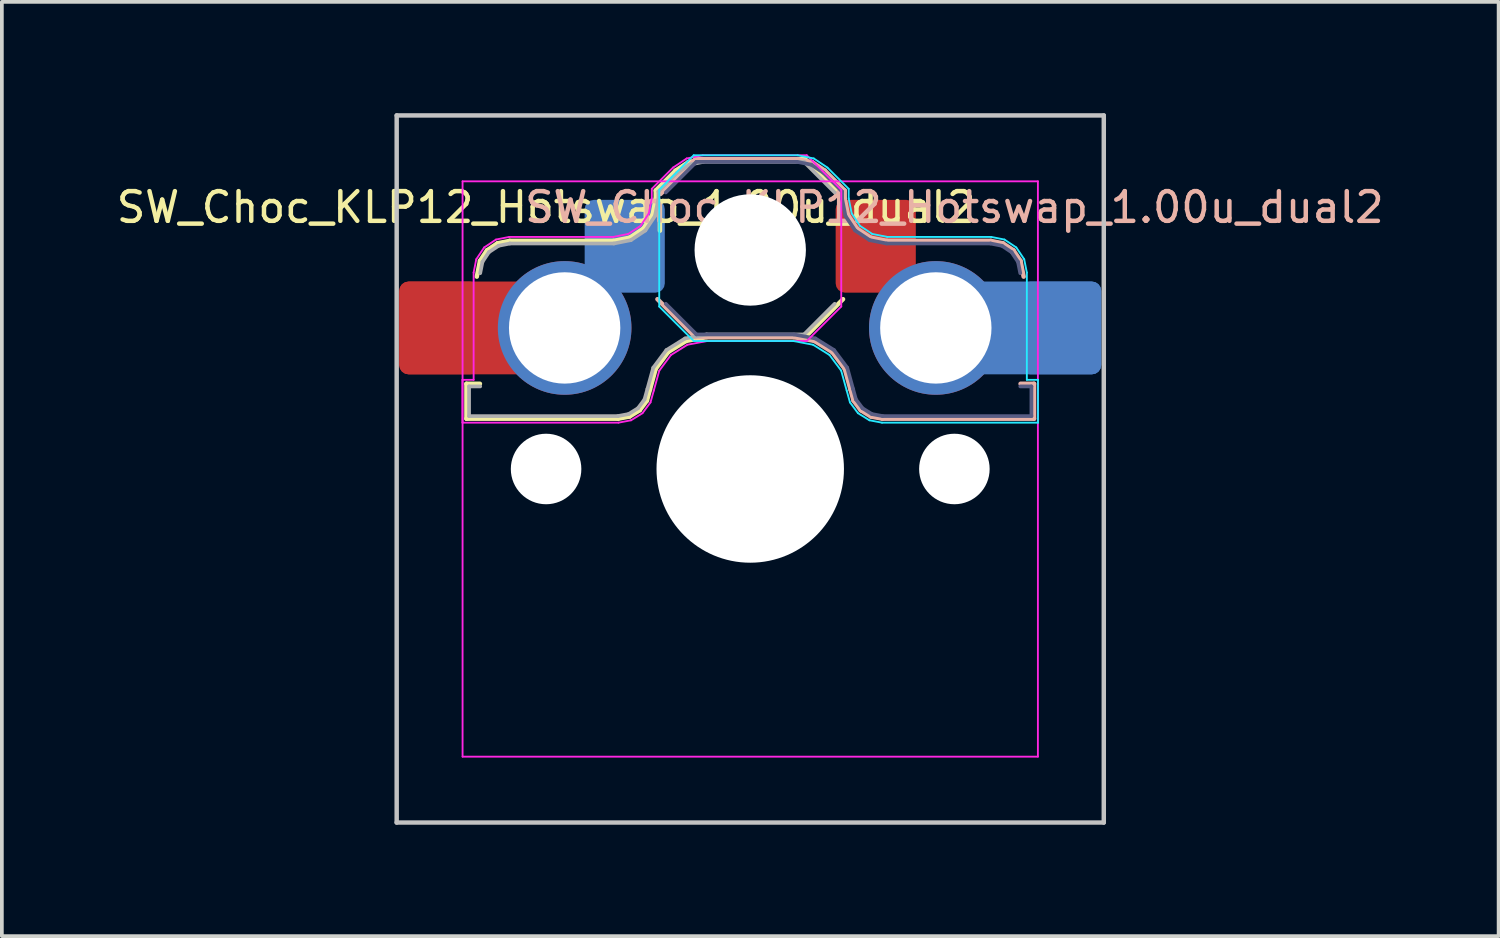
<source format=kicad_pcb>
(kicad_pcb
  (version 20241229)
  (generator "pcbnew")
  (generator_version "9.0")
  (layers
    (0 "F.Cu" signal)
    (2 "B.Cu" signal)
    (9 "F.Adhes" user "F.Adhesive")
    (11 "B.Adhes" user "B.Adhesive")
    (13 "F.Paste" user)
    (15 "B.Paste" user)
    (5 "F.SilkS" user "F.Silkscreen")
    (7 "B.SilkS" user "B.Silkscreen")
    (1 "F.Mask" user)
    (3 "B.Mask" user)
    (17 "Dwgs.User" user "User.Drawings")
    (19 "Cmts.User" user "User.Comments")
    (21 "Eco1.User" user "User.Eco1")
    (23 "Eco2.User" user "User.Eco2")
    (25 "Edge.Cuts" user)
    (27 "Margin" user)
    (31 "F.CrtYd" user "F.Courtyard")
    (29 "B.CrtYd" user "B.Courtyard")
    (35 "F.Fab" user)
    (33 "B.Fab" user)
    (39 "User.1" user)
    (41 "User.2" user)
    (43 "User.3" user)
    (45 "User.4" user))
  (footprint "SW_Choc_KLP12_Hotswap_1.00u_dual2"
    (layer "F.Cu")
    (at 17.162 9.585)
    (property "Reference" "SW_Choc_KLP12_Hotswap_1.00u_dual2" (at 5.5 -7.05 180) (layer "B.SilkS") (effects (font (size 0.8 0.8) (thickness 0.12))))
    (attr smd)
    (fp_line (start -7.646 -2.296) (end -7.646 -1.354) (stroke (width 0.12) (type solid)) (layer "F.SilkS"))
    (fp_line (start -7.646 -1.354) (end -3.56 -1.354) (stroke (width 0.12) (type solid)) (layer "F.SilkS"))
    (fp_line (start -7.283 -2.296) (end -7.646 -2.296) (stroke (width 0.12) (type solid)) (layer "F.SilkS"))
    (fp_line (start -7.281 -5.609) (end -7.366 -5.182) (stroke (width 0.12) (type solid)) (layer "F.SilkS"))
    (fp_line (start -7.092 -5.892) (end -7.281 -5.609) (stroke (width 0.12) (type solid)) (layer "F.SilkS"))
    (fp_line (start -6.809 -6.081) (end -7.092 -5.892) (stroke (width 0.12) (type solid)) (layer "F.SilkS"))
    (fp_line (start -6.482 -6.146) (end -6.809 -6.081) (stroke (width 0.12) (type solid)) (layer "F.SilkS"))
    (fp_line (start -3.682 -6.146) (end -6.482 -6.146) (stroke (width 0.12) (type solid)) (layer "F.SilkS"))
    (fp_line (start -3.56 -1.354) (end -3.25 -1.413) (stroke (width 0.12) (type solid)) (layer "F.SilkS"))
    (fp_line (start -3.25 -1.413) (end -2.976 -1.583) (stroke (width 0.12) (type solid)) (layer "F.SilkS"))
    (fp_line (start -3.244 -6.233) (end -3.682 -6.146) (stroke (width 0.12) (type solid)) (layer "F.SilkS"))
    (fp_line (start -2.976 -1.583) (end -2.783 -1.841) (stroke (width 0.12) (type solid)) (layer "F.SilkS"))
    (fp_line (start -2.877 -6.477) (end -3.244 -6.233) (stroke (width 0.12) (type solid)) (layer "F.SilkS"))
    (fp_line (start -2.783 -1.841) (end -2.701 -2.139) (stroke (width 0.12) (type solid)) (layer "F.SilkS"))
    (fp_line (start -2.701 -2.139) (end -2.547 -2.697) (stroke (width 0.12) (type solid)) (layer "F.SilkS"))
    (fp_line (start -2.633 -6.844) (end -2.877 -6.477) (stroke (width 0.12) (type solid)) (layer "F.SilkS"))
    (fp_line (start -2.547 -2.697) (end -2.209 -3.15) (stroke (width 0.12) (type solid)) (layer "F.SilkS"))
    (fp_line (start -2.546 -7.504) (end -2.546 -7.282) (stroke (width 0.12) (type solid)) (layer "F.SilkS"))
    (fp_line (start -2.546 -7.282) (end -2.633 -6.844) (stroke (width 0.12) (type solid)) (layer "F.SilkS"))
    (fp_line (start -2.209 -3.15) (end -1.73 -3.449) (stroke (width 0.12) (type solid)) (layer "F.SilkS"))
    (fp_line (start -2.013 -8.037) (end -2.546 -7.504) (stroke (width 0.12) (type solid)) (layer "F.SilkS"))
    (fp_line (start -1.73 -3.449) (end -1.168 -3.554) (stroke (width 0.12) (type solid)) (layer "F.SilkS"))
    (fp_line (start -1.671 -8.266) (end -2.013 -8.037) (stroke (width 0.12) (type solid)) (layer "F.SilkS"))
    (fp_line (start -1.268 -8.346) (end -1.671 -8.266) (stroke (width 0.12) (type solid)) (layer "F.SilkS"))
    (fp_line (start -1.168 -3.554) (end 1.479 -3.554) (stroke (width 0.12) (type solid)) (layer "F.SilkS"))
    (fp_line (start 1.479 -8.346) (end -1.268 -8.346) (stroke (width 0.12) (type solid)) (layer "F.SilkS"))
    (fp_line (start 1.479 -3.554) (end 2.5 -4.575) (stroke (width 0.12) (type solid)) (layer "F.SilkS"))
    (fp_line (start 2.416 -7.409) (end 1.479 -8.346) (stroke (width 0.12) (type solid)) (layer "F.SilkS"))
    (fp_line (start -2.416 -7.409) (end -1.479 -8.346) (stroke (width 0.12) (type solid)) (layer "B.SilkS"))
    (fp_line (start -1.479 -8.346) (end 1.268 -8.346) (stroke (width 0.12) (type solid)) (layer "B.SilkS"))
    (fp_line (start -1.479 -3.554) (end -2.5 -4.575) (stroke (width 0.12) (type solid)) (layer "B.SilkS"))
    (fp_line (start 1.168 -3.554) (end -1.479 -3.554) (stroke (width 0.12) (type solid)) (layer "B.SilkS"))
    (fp_line (start 1.268 -8.346) (end 1.671 -8.266) (stroke (width 0.12) (type solid)) (layer "B.SilkS"))
    (fp_line (start 1.671 -8.266) (end 2.013 -8.037) (stroke (width 0.12) (type solid)) (layer "B.SilkS"))
    (fp_line (start 1.73 -3.449) (end 1.168 -3.554) (stroke (width 0.12) (type solid)) (layer "B.SilkS"))
    (fp_line (start 2.013 -8.037) (end 2.546 -7.504) (stroke (width 0.12) (type solid)) (layer "B.SilkS"))
    (fp_line (start 2.209 -3.15) (end 1.73 -3.449) (stroke (width 0.12) (type solid)) (layer "B.SilkS"))
    (fp_line (start 2.546 -7.504) (end 2.546 -7.282) (stroke (width 0.12) (type solid)) (layer "B.SilkS"))
    (fp_line (start 2.546 -7.282) (end 2.633 -6.844) (stroke (width 0.12) (type solid)) (layer "B.SilkS"))
    (fp_line (start 2.547 -2.697) (end 2.209 -3.15) (stroke (width 0.12) (type solid)) (layer "B.SilkS"))
    (fp_line (start 2.633 -6.844) (end 2.877 -6.477) (stroke (width 0.12) (type solid)) (layer "B.SilkS"))
    (fp_line (start 2.701 -2.139) (end 2.547 -2.697) (stroke (width 0.12) (type solid)) (layer "B.SilkS"))
    (fp_line (start 2.783 -1.841) (end 2.701 -2.139) (stroke (width 0.12) (type solid)) (layer "B.SilkS"))
    (fp_line (start 2.877 -6.477) (end 3.244 -6.233) (stroke (width 0.12) (type solid)) (layer "B.SilkS"))
    (fp_line (start 2.976 -1.583) (end 2.783 -1.841) (stroke (width 0.12) (type solid)) (layer "B.SilkS"))
    (fp_line (start 3.244 -6.233) (end 3.682 -6.146) (stroke (width 0.12) (type solid)) (layer "B.SilkS"))
    (fp_line (start 3.25 -1.413) (end 2.976 -1.583) (stroke (width 0.12) (type solid)) (layer "B.SilkS"))
    (fp_line (start 3.56 -1.354) (end 3.25 -1.413) (stroke (width 0.12) (type solid)) (layer "B.SilkS"))
    (fp_line (start 3.682 -6.146) (end 6.482 -6.146) (stroke (width 0.12) (type solid)) (layer "B.SilkS"))
    (fp_line (start 6.482 -6.146) (end 6.809 -6.081) (stroke (width 0.12) (type solid)) (layer "B.SilkS"))
    (fp_line (start 6.809 -6.081) (end 7.092 -5.892) (stroke (width 0.12) (type solid)) (layer "B.SilkS"))
    (fp_line (start 7.092 -5.892) (end 7.281 -5.609) (stroke (width 0.12) (type solid)) (layer "B.SilkS"))
    (fp_line (start 7.281 -5.609) (end 7.366 -5.182) (stroke (width 0.12) (type solid)) (layer "B.SilkS"))
    (fp_line (start 7.283 -2.296) (end 7.646 -2.296) (stroke (width 0.12) (type solid)) (layer "B.SilkS"))
    (fp_line (start 7.646 -2.296) (end 7.646 -1.354) (stroke (width 0.12) (type solid)) (layer "B.SilkS"))
    (fp_line (start 7.646 -1.354) (end 3.56 -1.354) (stroke (width 0.12) (type solid)) (layer "B.SilkS"))
    (fp_line (start -9.525 -9.525) (end -9.525 9.525) (stroke (width 0.12) (type default)) (layer "Dwgs.User"))
    (fp_line (start -9.525 -9.525) (end 9.525 -9.525) (stroke (width 0.12) (type default)) (layer "Dwgs.User"))
    (fp_line (start 9.525 -9.525) (end 9.525 9.525) (stroke (width 0.12) (type default)) (layer "Dwgs.User"))
    (fp_line (start 9.525 9.525) (end -9.525 9.525) (stroke (width 0.12) (type default)) (layer "Dwgs.User"))
    (fp_line (start -2.452 -7.523) (end -1.523 -8.452) (stroke (width 0.05) (type solid)) (layer "B.CrtYd"))
    (fp_line (start -2.452 -4.377) (end -2.452 -7.523) (stroke (width 0.05) (type solid)) (layer "B.CrtYd"))
    (fp_line (start -1.523 -8.452) (end 1.278 -8.452) (stroke (width 0.05) (type solid)) (layer "B.CrtYd"))
    (fp_line (start -1.523 -3.448) (end -2.452 -4.377) (stroke (width 0.05) (type solid)) (layer "B.CrtYd"))
    (fp_line (start 1.159 -3.448) (end -1.523 -3.448) (stroke (width 0.05) (type solid)) (layer "B.CrtYd"))
    (fp_line (start 1.278 -8.452) (end 1.712 -8.366) (stroke (width 0.05) (type solid)) (layer "B.CrtYd"))
    (fp_line (start 1.691 -3.348) (end 1.159 -3.448) (stroke (width 0.05) (type solid)) (layer "B.CrtYd"))
    (fp_line (start 1.712 -8.366) (end 2.081 -8.119) (stroke (width 0.05) (type solid)) (layer "B.CrtYd"))
    (fp_line (start 2.081 -8.119) (end 2.652 -7.548) (stroke (width 0.05) (type solid)) (layer "B.CrtYd"))
    (fp_line (start 2.136 -3.071) (end 1.691 -3.348) (stroke (width 0.05) (type solid)) (layer "B.CrtYd"))
    (fp_line (start 2.45 -2.65) (end 2.136 -3.071) (stroke (width 0.05) (type solid)) (layer "B.CrtYd"))
    (fp_line (start 2.599 -2.111) (end 2.45 -2.65) (stroke (width 0.05) (type solid)) (layer "B.CrtYd"))
    (fp_line (start 2.652 -7.548) (end 2.652 -7.292) (stroke (width 0.05) (type solid)) (layer "B.CrtYd"))
    (fp_line (start 2.652 -7.292) (end 2.733 -6.885) (stroke (width 0.05) (type solid)) (layer "B.CrtYd"))
    (fp_line (start 2.687 -1.794) (end 2.599 -2.111) (stroke (width 0.05) (type solid)) (layer "B.CrtYd"))
    (fp_line (start 2.733 -6.885) (end 2.953 -6.553) (stroke (width 0.05) (type solid)) (layer "B.CrtYd"))
    (fp_line (start 2.903 -1.503) (end 2.687 -1.794) (stroke (width 0.05) (type solid)) (layer "B.CrtYd"))
    (fp_line (start 2.953 -6.553) (end 3.285 -6.333) (stroke (width 0.05) (type solid)) (layer "B.CrtYd"))
    (fp_line (start 3.211 -1.312) (end 2.903 -1.503) (stroke (width 0.05) (type solid)) (layer "B.CrtYd"))
    (fp_line (start 3.285 -6.333) (end 3.692 -6.252) (stroke (width 0.05) (type solid)) (layer "B.CrtYd"))
    (fp_line (start 3.55 -1.248) (end 3.211 -1.312) (stroke (width 0.05) (type solid)) (layer "B.CrtYd"))
    (fp_line (start 3.692 -6.252) (end 6.492 -6.252) (stroke (width 0.05) (type solid)) (layer "B.CrtYd"))
    (fp_line (start 6.492 -6.252) (end 6.85 -6.181) (stroke (width 0.05) (type solid)) (layer "B.CrtYd"))
    (fp_line (start 6.85 -6.181) (end 7.168 -5.968) (stroke (width 0.05) (type solid)) (layer "B.CrtYd"))
    (fp_line (start 7.168 -5.968) (end 7.381 -5.65) (stroke (width 0.05) (type solid)) (layer "B.CrtYd"))
    (fp_line (start 7.381 -5.65) (end 7.452 -5.292) (stroke (width 0.05) (type solid)) (layer "B.CrtYd"))
    (fp_line (start 7.452 -5.292) (end 7.452 -2.402) (stroke (width 0.05) (type solid)) (layer "B.CrtYd"))
    (fp_line (start 7.452 -2.402) (end 7.752 -2.402) (stroke (width 0.05) (type solid)) (layer "B.CrtYd"))
    (fp_line (start 7.752 -2.402) (end 7.752 -1.248) (stroke (width 0.05) (type solid)) (layer "B.CrtYd"))
    (fp_line (start 7.752 -1.248) (end 3.55 -1.248) (stroke (width 0.05) (type solid)) (layer "B.CrtYd"))
    (fp_line (start -7.752 -2.402) (end -7.752 -1.248) (stroke (width 0.05) (type solid)) (layer "F.CrtYd"))
    (fp_line (start -7.752 -1.248) (end -3.55 -1.248) (stroke (width 0.05) (type solid)) (layer "F.CrtYd"))
    (fp_line (start -7.75 -7.75) (end 7.75 -7.75) (stroke (width 0.05) (type default)) (layer "F.CrtYd"))
    (fp_line (start -7.75 7.75) (end -7.75 -7.75) (stroke (width 0.05) (type solid)) (layer "F.CrtYd"))
    (fp_line (start -7.452 -5.292) (end -7.452 -2.402) (stroke (width 0.05) (type solid)) (layer "F.CrtYd"))
    (fp_line (start -7.452 -2.402) (end -7.752 -2.402) (stroke (width 0.05) (type solid)) (layer "F.CrtYd"))
    (fp_line (start -7.381 -5.65) (end -7.452 -5.292) (stroke (width 0.05) (type solid)) (layer "F.CrtYd"))
    (fp_line (start -7.168 -5.968) (end -7.381 -5.65) (stroke (width 0.05) (type solid)) (layer "F.CrtYd"))
    (fp_line (start -6.85 -6.181) (end -7.168 -5.968) (stroke (width 0.05) (type solid)) (layer "F.CrtYd"))
    (fp_line (start -6.492 -6.252) (end -6.85 -6.181) (stroke (width 0.05) (type solid)) (layer "F.CrtYd"))
    (fp_line (start -3.692 -6.252) (end -6.492 -6.252) (stroke (width 0.05) (type solid)) (layer "F.CrtYd"))
    (fp_line (start -3.55 -1.248) (end -3.211 -1.312) (stroke (width 0.05) (type solid)) (layer "F.CrtYd"))
    (fp_line (start -3.285 -6.333) (end -3.692 -6.252) (stroke (width 0.05) (type solid)) (layer "F.CrtYd"))
    (fp_line (start -3.211 -1.312) (end -2.903 -1.503) (stroke (width 0.05) (type solid)) (layer "F.CrtYd"))
    (fp_line (start -2.953 -6.553) (end -3.285 -6.333) (stroke (width 0.05) (type solid)) (layer "F.CrtYd"))
    (fp_line (start -2.903 -1.503) (end -2.687 -1.794) (stroke (width 0.05) (type solid)) (layer "F.CrtYd"))
    (fp_line (start -2.733 -6.885) (end -2.953 -6.553) (stroke (width 0.05) (type solid)) (layer "F.CrtYd"))
    (fp_line (start -2.687 -1.794) (end -2.599 -2.111) (stroke (width 0.05) (type solid)) (layer "F.CrtYd"))
    (fp_line (start -2.652 -7.548) (end -2.652 -7.292) (stroke (width 0.05) (type solid)) (layer "F.CrtYd"))
    (fp_line (start -2.652 -7.292) (end -2.733 -6.885) (stroke (width 0.05) (type solid)) (layer "F.CrtYd"))
    (fp_line (start -2.599 -2.111) (end -2.45 -2.65) (stroke (width 0.05) (type solid)) (layer "F.CrtYd"))
    (fp_line (start -2.45 -2.65) (end -2.136 -3.071) (stroke (width 0.05) (type solid)) (layer "F.CrtYd"))
    (fp_line (start -2.136 -3.071) (end -1.691 -3.348) (stroke (width 0.05) (type solid)) (layer "F.CrtYd"))
    (fp_line (start -2.081 -8.119) (end -2.652 -7.548) (stroke (width 0.05) (type solid)) (layer "F.CrtYd"))
    (fp_line (start -1.712 -8.366) (end -2.081 -8.119) (stroke (width 0.05) (type solid)) (layer "F.CrtYd"))
    (fp_line (start -1.691 -3.348) (end -1.159 -3.448) (stroke (width 0.05) (type solid)) (layer "F.CrtYd"))
    (fp_line (start -1.278 -8.452) (end -1.712 -8.366) (stroke (width 0.05) (type solid)) (layer "F.CrtYd"))
    (fp_line (start -1.159 -3.448) (end 1.523 -3.448) (stroke (width 0.05) (type solid)) (layer "F.CrtYd"))
    (fp_line (start 1.523 -8.452) (end -1.278 -8.452) (stroke (width 0.05) (type solid)) (layer "F.CrtYd"))
    (fp_line (start 1.523 -3.448) (end 2.452 -4.377) (stroke (width 0.05) (type solid)) (layer "F.CrtYd"))
    (fp_line (start 2.452 -7.523) (end 1.523 -8.452) (stroke (width 0.05) (type solid)) (layer "F.CrtYd"))
    (fp_line (start 2.452 -4.377) (end 2.452 -7.523) (stroke (width 0.05) (type solid)) (layer "F.CrtYd"))
    (fp_line (start 7.75 -7.75) (end 7.75 7.75) (stroke (width 0.05) (type solid)) (layer "F.CrtYd"))
    (fp_line (start 7.75 7.75) (end -7.75 7.75) (stroke (width 0.05) (type solid)) (layer "F.CrtYd"))
    (fp_line (start -2.275 -7.45) (end -1.45 -8.275) (stroke (width 0.1) (type solid)) (layer "B.Fab"))
    (fp_line (start -1.45 -8.275) (end 1.261 -8.275) (stroke (width 0.1) (type solid)) (layer "B.Fab"))
    (fp_line (start -1.45 -3.625) (end -2.275 -4.45) (stroke (width 0.1) (type solid)) (layer "B.Fab"))
    (fp_line (start 1.175 -3.625) (end -1.45 -3.625) (stroke (width 0.1) (type solid)) (layer "B.Fab"))
    (fp_line (start 1.261 -8.275) (end 1.643 -8.199) (stroke (width 0.1) (type solid)) (layer "B.Fab"))
    (fp_line (start 1.643 -8.199) (end 1.968 -7.982) (stroke (width 0.1) (type solid)) (layer "B.Fab"))
    (fp_line (start 1.756 -3.516) (end 1.175 -3.625) (stroke (width 0.1) (type solid)) (layer "B.Fab"))
    (fp_line (start 1.968 -7.982) (end 2.475 -7.475) (stroke (width 0.1) (type solid)) (layer "B.Fab"))
    (fp_line (start 2.258 -3.203) (end 1.756 -3.516) (stroke (width 0.1) (type solid)) (layer "B.Fab"))
    (fp_line (start 2.475 -7.475) (end 2.475 -7.275) (stroke (width 0.1) (type solid)) (layer "B.Fab"))
    (fp_line (start 2.475 -7.275) (end 2.566 -6.816) (stroke (width 0.1) (type solid)) (layer "B.Fab"))
    (fp_line (start 2.566 -6.816) (end 2.826 -6.426) (stroke (width 0.1) (type solid)) (layer "B.Fab"))
    (fp_line (start 2.612 -2.729) (end 2.258 -3.203) (stroke (width 0.1) (type solid)) (layer "B.Fab"))
    (fp_line (start 2.769 -2.158) (end 2.612 -2.729) (stroke (width 0.1) (type solid)) (layer "B.Fab"))
    (fp_line (start 2.826 -6.426) (end 3.216 -6.166) (stroke (width 0.1) (type solid)) (layer "B.Fab"))
    (fp_line (start 2.848 -1.873) (end 2.769 -2.158) (stroke (width 0.1) (type solid)) (layer "B.Fab"))
    (fp_line (start 3.025 -1.636) (end 2.848 -1.873) (stroke (width 0.1) (type solid)) (layer "B.Fab"))
    (fp_line (start 3.216 -6.166) (end 3.675 -6.075) (stroke (width 0.1) (type solid)) (layer "B.Fab"))
    (fp_line (start 3.276 -1.48) (end 3.025 -1.636) (stroke (width 0.1) (type solid)) (layer "B.Fab"))
    (fp_line (start 3.567 -1.425) (end 3.276 -1.48) (stroke (width 0.1) (type solid)) (layer "B.Fab"))
    (fp_line (start 3.675 -6.075) (end 6.475 -6.075) (stroke (width 0.1) (type solid)) (layer "B.Fab"))
    (fp_line (start 6.475 -6.075) (end 6.781 -6.014) (stroke (width 0.1) (type solid)) (layer "B.Fab"))
    (fp_line (start 6.781 -6.014) (end 7.041 -5.841) (stroke (width 0.1) (type solid)) (layer "B.Fab"))
    (fp_line (start 7.041 -5.841) (end 7.214 -5.581) (stroke (width 0.1) (type solid)) (layer "B.Fab"))
    (fp_line (start 7.214 -5.581) (end 7.275 -5.275) (stroke (width 0.1) (type solid)) (layer "B.Fab"))
    (fp_line (start 7.275 -2.225) (end 7.575 -2.225) (stroke (width 0.1) (type solid)) (layer "B.Fab"))
    (fp_line (start 7.575 -2.225) (end 7.575 -1.425) (stroke (width 0.1) (type solid)) (layer "B.Fab"))
    (fp_line (start 7.575 -1.425) (end 3.567 -1.425) (stroke (width 0.1) (type solid)) (layer "B.Fab"))
    (fp_line (start -7.575 -2.225) (end -7.575 -1.425) (stroke (width 0.1) (type solid)) (layer "F.Fab"))
    (fp_line (start -7.575 -1.425) (end -3.567 -1.425) (stroke (width 0.1) (type solid)) (layer "F.Fab"))
    (fp_line (start -7.275 -2.225) (end -7.575 -2.225) (stroke (width 0.1) (type solid)) (layer "F.Fab"))
    (fp_line (start -7.214 -5.581) (end -7.275 -5.275) (stroke (width 0.1) (type solid)) (layer "F.Fab"))
    (fp_line (start -7.041 -5.841) (end -7.214 -5.581) (stroke (width 0.1) (type solid)) (layer "F.Fab"))
    (fp_line (start -6.781 -6.014) (end -7.041 -5.841) (stroke (width 0.1) (type solid)) (layer "F.Fab"))
    (fp_line (start -6.475 -6.075) (end -6.781 -6.014) (stroke (width 0.1) (type solid)) (layer "F.Fab"))
    (fp_line (start -3.675 -6.075) (end -6.475 -6.075) (stroke (width 0.1) (type solid)) (layer "F.Fab"))
    (fp_line (start -3.567 -1.425) (end -3.276 -1.48) (stroke (width 0.1) (type solid)) (layer "F.Fab"))
    (fp_line (start -3.276 -1.48) (end -3.025 -1.636) (stroke (width 0.1) (type solid)) (layer "F.Fab"))
    (fp_line (start -3.216 -6.166) (end -3.675 -6.075) (stroke (width 0.1) (type solid)) (layer "F.Fab"))
    (fp_line (start -3.025 -1.636) (end -2.848 -1.873) (stroke (width 0.1) (type solid)) (layer "F.Fab"))
    (fp_line (start -2.848 -1.873) (end -2.769 -2.158) (stroke (width 0.1) (type solid)) (layer "F.Fab"))
    (fp_line (start -2.826 -6.426) (end -3.216 -6.166) (stroke (width 0.1) (type solid)) (layer "F.Fab"))
    (fp_line (start -2.769 -2.158) (end -2.612 -2.729) (stroke (width 0.1) (type solid)) (layer "F.Fab"))
    (fp_line (start -2.612 -2.729) (end -2.258 -3.203) (stroke (width 0.1) (type solid)) (layer "F.Fab"))
    (fp_line (start -2.566 -6.816) (end -2.826 -6.426) (stroke (width 0.1) (type solid)) (layer "F.Fab"))
    (fp_line (start -2.475 -7.475) (end -2.475 -7.275) (stroke (width 0.1) (type solid)) (layer "F.Fab"))
    (fp_line (start -2.475 -7.275) (end -2.566 -6.816) (stroke (width 0.1) (type solid)) (layer "F.Fab"))
    (fp_line (start -2.258 -3.203) (end -1.756 -3.516) (stroke (width 0.1) (type solid)) (layer "F.Fab"))
    (fp_line (start -1.968 -7.982) (end -2.475 -7.475) (stroke (width 0.1) (type solid)) (layer "F.Fab"))
    (fp_line (start -1.756 -3.516) (end -1.175 -3.625) (stroke (width 0.1) (type solid)) (layer "F.Fab"))
    (fp_line (start -1.643 -8.199) (end -1.968 -7.982) (stroke (width 0.1) (type solid)) (layer "F.Fab"))
    (fp_line (start -1.261 -8.275) (end -1.643 -8.199) (stroke (width 0.1) (type solid)) (layer "F.Fab"))
    (fp_line (start -1.175 -3.625) (end 1.45 -3.625) (stroke (width 0.1) (type solid)) (layer "F.Fab"))
    (fp_line (start 1.45 -8.275) (end -1.261 -8.275) (stroke (width 0.1) (type solid)) (layer "F.Fab"))
    (fp_line (start 1.45 -3.625) (end 2.275 -4.45) (stroke (width 0.1) (type solid)) (layer "F.Fab"))
    (fp_line (start 2.275 -7.45) (end 1.45 -8.275) (stroke (width 0.1) (type solid)) (layer "F.Fab"))
    (fp_rect (start -7.05 -7.05) (end 7.05 7.05) (stroke (width 0.12) (type default)) (fill no) (layer "User.1"))
    (fp_text user "${REFERENCE}" (at -5.5 -7.05 0) (layer "F.SilkS") (effects (font (size 0.8 0.8) (thickness 0.12))))
    (pad "" np_thru_hole circle (at -5.5 0) (size 1.9 1.9) (drill 1.9) (layers "*.Cu" "*.Mask"))
    (pad "" np_thru_hole circle (at 0 -5.9) (size 3 3) (drill 3) (layers "*.Cu" "*.Mask"))
    (pad "" np_thru_hole circle (at 0 0) (size 5.05 5.05) (drill 5.05) (layers "*.Cu" "*.Mask"))
    (pad "" np_thru_hole circle (at 5.5 0) (size 1.9 1.9) (drill 1.9) (layers "*.Cu" "*.Mask"))
    (pad "1" smd roundrect (at 3.381 -6) (size 2.159 2.5) (layers "F.Cu" "F.Mask" "F.Paste") (roundrect_rratio 0.116))
    (pad "1" thru_hole circle (at 5 -3.8) (size 3.6 3.6) (drill 3) (layers "*.Cu" "*.Mask"))
    (pad "1" smd roundrect (at 7.53 -3.8) (size 3.85 2.5) (layers "B.Cu") (roundrect_rratio 0.1))
    (pad "1" smd roundrect (at 8.376 -3.8) (size 2.159 2.5) (layers "B.Cu" "B.Mask" "B.Paste") (roundrect_rratio 0.116))
    (pad "2" smd roundrect (at -8.376 -3.8) (size 2.159 2.5) (layers "F.Cu" "F.Mask" "F.Paste") (roundrect_rratio 0.116))
    (pad "2" smd roundrect (at -7.53 -3.8) (size 3.85 2.5) (layers "F.Cu") (roundrect_rratio 0.1))
    (pad "2" thru_hole circle (at -5 -3.8) (size 3.6 3.6) (drill 3) (layers "*.Cu" "*.Mask"))
    (pad "2" smd roundrect (at -3.381 -6) (size 2.159 2.5) (layers "B.Cu" "B.Mask" "B.Paste") (roundrect_rratio 0.116)))
  (gr_rect
    (start -3 -3)
    (end 37.324 22.17)
    (stroke (width 0.1) (type default))
    (fill no)
    (layer "Edge.Cuts")))
</source>
